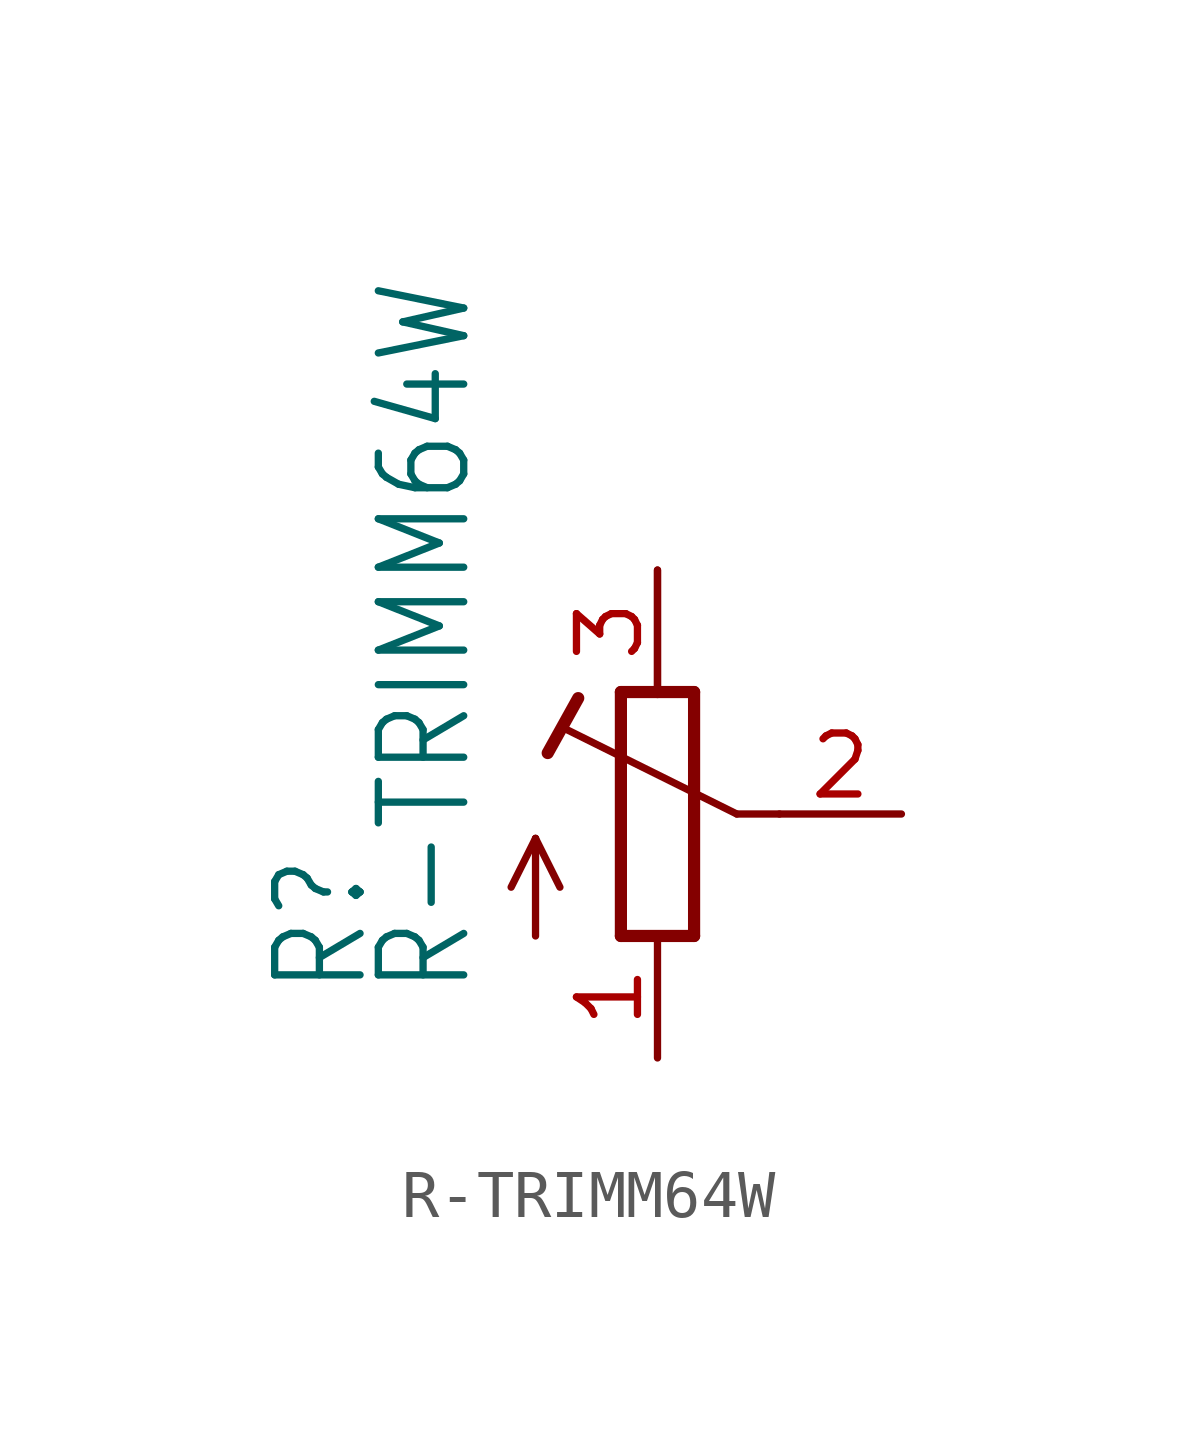
<source format=kicad_sym>
(kicad_symbol_lib
  (version 20220331)
  (generator kicad_symbol_editor)
  (symbol "R-TRIMM64W"
    (property "Reference" "R"
      (at -5.969 -3.81 90)
      (effects (font (size 1.778 1.511)) (justify left bottom)))
    (property "Value" "R-TRIMM64W"
      (at -3.81 -3.81 90)
      (effects (font (size 1.778 1.511)) (justify left bottom)))
    (property "ki_locked" ""
      (at 0 0 0)
      (effects (font (size 1.27 1.27))))
    (symbol "R-TRIMM64W_1_0"
      (polyline (pts (xy -2.54 -2.54) (xy -2.54 -0.508)) (stroke (width 0.152) (type solid)) (fill (type none)))
      (polyline (pts (xy -2.54 -0.508) (xy -3.048 -1.524)) (stroke (width 0.152) (type solid)) (fill (type none)))
      (polyline (pts (xy -2.54 -0.508) (xy -2.032 -1.524)) (stroke (width 0.152) (type solid)) (fill (type none)))
      (polyline (pts (xy -2.286 1.27) (xy -1.651 2.413)) (stroke (width 0.254) (type solid)) (fill (type none)))
      (polyline (pts (xy -0.762 -2.54) (xy 0.762 -2.54)) (stroke (width 0.254) (type solid)) (fill (type none)))
      (polyline (pts (xy -0.762 2.54) (xy -0.762 -2.54)) (stroke (width 0.254) (type solid)) (fill (type none)))
      (polyline (pts (xy 0 2.54) (xy -0.762 2.54)) (stroke (width 0.254) (type solid)) (fill (type none)))
      (polyline (pts (xy 0 2.54) (xy 0 5.08)) (stroke (width 0.152) (type solid)) (fill (type none)))
      (polyline (pts (xy 0.762 -2.54) (xy 0.762 2.54)) (stroke (width 0.254) (type solid)) (fill (type none)))
      (polyline (pts (xy 0.762 2.54) (xy 0 2.54)) (stroke (width 0.254) (type solid)) (fill (type none)))
      (polyline (pts (xy 1.651 0) (xy -1.88 1.753)) (stroke (width 0.152) (type solid)) (fill (type none)))
      (polyline (pts (xy 2.54 0) (xy 1.651 0)) (stroke (width 0.152) (type solid)) (fill (type none)))
      (pin passive line (at 0 -5.08 90) (length 2.54) (name "E" (effects (font (size 0 0)))) (number "1" (effects (font (size 1.27 1.27)))))
      (pin passive line (at 5.08 0 180) (length 2.54) (name "S" (effects (font (size 0 0)))) (number "2" (effects (font (size 1.27 1.27)))))
      (pin passive line (at 0 5.08 270) (length 2.54) (name "A" (effects (font (size 0 0)))) (number "3" (effects (font (size 1.27 1.27))))))))
</source>
